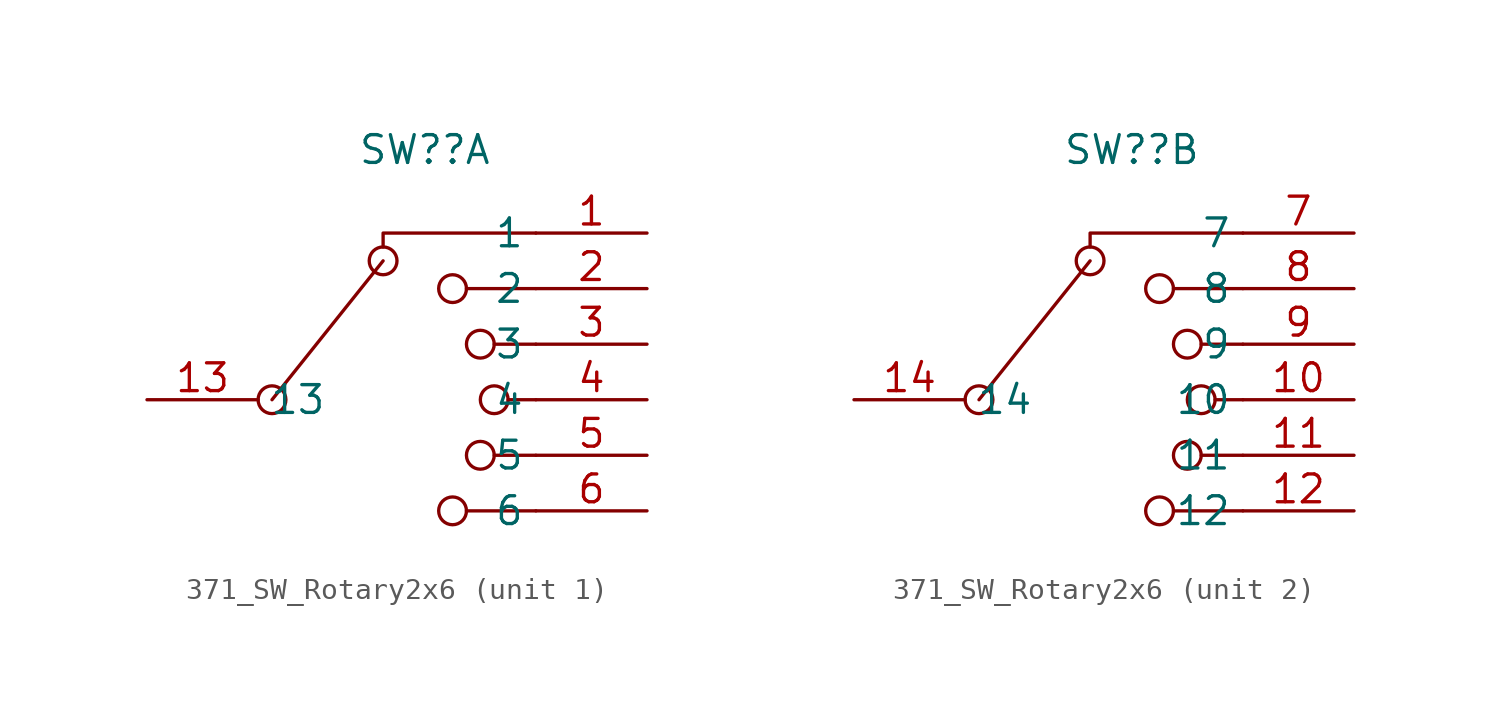
<source format=kicad_sym>
(kicad_symbol_lib
  (version 20220914)
  (generator kicad_symbol_editor)
  (symbol "371_SW_Rotary2x6"
    (property "Reference" "SW?"
      (at 0 11.43 0)
      (effects (font (size 1.27 1.27))))
    (property "Value" ""
      (at 1.27 11.43 0)
      (effects (font (size 1.27 1.27))))
    (property "ki_locked" ""
      (at 0 0 0)
      (effects (font (size 1.27 1.27))))
    (symbol "371_SW_Rotary2x6_0_0"
      (circle (center -6.985 0) (radius 0.635) (stroke (width 0) (type default)) (fill (type none)))
      (circle (center -1.905 6.35) (radius 0.635) (stroke (width 0) (type default)) (fill (type none)))
      (polyline (pts (xy -6.985 0) (xy -1.905 6.35)) (stroke (width 0) (type default)) (fill (type none)))
      (polyline (pts (xy 1.905 5.08) (xy 5.08 5.08)) (stroke (width 0) (type default)) (fill (type none)))
      (polyline (pts (xy 3.175 -2.54) (xy 5.08 -2.54)) (stroke (width 0) (type default)) (fill (type none)))
      (polyline (pts (xy 3.175 2.54) (xy 5.08 2.54)) (stroke (width 0) (type default)) (fill (type none)))
      (polyline (pts (xy 3.81 0) (xy 5.08 0)) (stroke (width 0) (type default)) (fill (type none)))
      (polyline (pts (xy 5.08 -5.08) (xy 1.905 -5.08)) (stroke (width 0) (type default)) (fill (type none)))
      (polyline (pts (xy -1.905 6.985) (xy -1.905 7.62) (xy 5.08 7.62)) (stroke (width 0) (type default)) (fill (type none)))
      (circle (center 1.27 -5.08) (radius 0.635) (stroke (width 0) (type default)) (fill (type none)))
      (circle (center 1.27 5.08) (radius 0.635) (stroke (width 0) (type default)) (fill (type none)))
      (circle (center 2.54 -2.54) (radius 0.635) (stroke (width 0) (type default)) (fill (type none)))
      (circle (center 2.54 2.54) (radius 0.635) (stroke (width 0) (type default)) (fill (type none)))
      (circle (center 3.175 0) (radius 0.635) (stroke (width 0) (type default)) (fill (type none))))
    (symbol "371_SW_Rotary2x6_1_1"
      (pin passive line (at 10.16 7.62 180) (length 5.08) (name "1" (effects (font (size 1.27 1.27)))) (number "1" (effects (font (size 1.27 1.27)))))
      (pin passive line (at -12.7 0 0) (length 5.08) (name "13" (effects (font (size 1.27 1.27)))) (number "13" (effects (font (size 1.27 1.27)))))
      (pin passive line (at 10.16 5.08 180) (length 5.08) (name "2" (effects (font (size 1.27 1.27)))) (number "2" (effects (font (size 1.27 1.27)))))
      (pin passive line (at 10.16 2.54 180) (length 5.08) (name "3" (effects (font (size 1.27 1.27)))) (number "3" (effects (font (size 1.27 1.27)))))
      (pin passive line (at 10.16 0 180) (length 5.08) (name "4" (effects (font (size 1.27 1.27)))) (number "4" (effects (font (size 1.27 1.27)))))
      (pin passive line (at 10.16 -2.54 180) (length 5.08) (name "5" (effects (font (size 1.27 1.27)))) (number "5" (effects (font (size 1.27 1.27)))))
      (pin passive line (at 10.16 -5.08 180) (length 5.08) (name "6" (effects (font (size 1.27 1.27)))) (number "6" (effects (font (size 1.27 1.27))))))
    (symbol "371_SW_Rotary2x6_2_1"
      (pin passive line (at 10.16 0 180) (length 5.08) (name "10" (effects (font (size 1.27 1.27)))) (number "10" (effects (font (size 1.27 1.27)))))
      (pin passive line (at 10.16 -2.54 180) (length 5.08) (name "11" (effects (font (size 1.27 1.27)))) (number "11" (effects (font (size 1.27 1.27)))))
      (pin passive line (at 10.16 -5.08 180) (length 5.08) (name "12" (effects (font (size 1.27 1.27)))) (number "12" (effects (font (size 1.27 1.27)))))
      (pin passive line (at -12.7 0 0) (length 5.08) (name "14" (effects (font (size 1.27 1.27)))) (number "14" (effects (font (size 1.27 1.27)))))
      (pin passive line (at 10.16 7.62 180) (length 5.08) (name "7" (effects (font (size 1.27 1.27)))) (number "7" (effects (font (size 1.27 1.27)))))
      (pin passive line (at 10.16 5.08 180) (length 5.08) (name "8" (effects (font (size 1.27 1.27)))) (number "8" (effects (font (size 1.27 1.27)))))
      (pin passive line (at 10.16 2.54 180) (length 5.08) (name "9" (effects (font (size 1.27 1.27)))) (number "9" (effects (font (size 1.27 1.27))))))))
</source>
